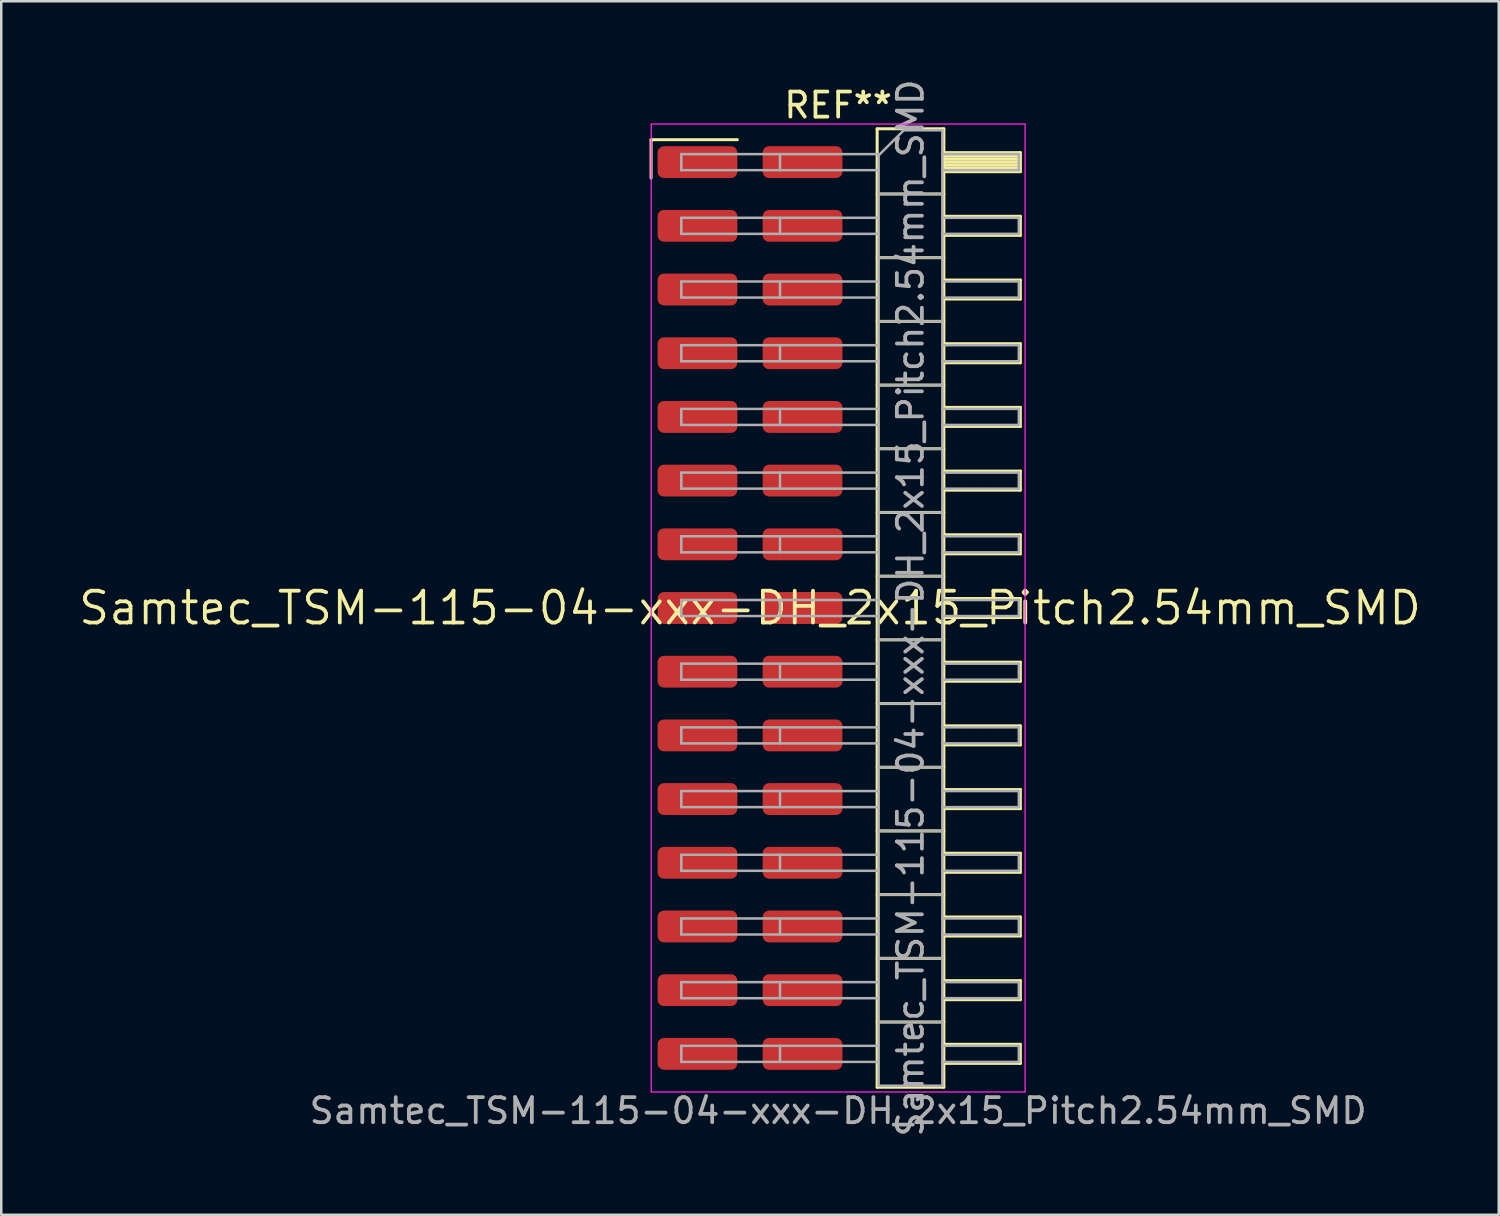
<source format=kicad_pcb>
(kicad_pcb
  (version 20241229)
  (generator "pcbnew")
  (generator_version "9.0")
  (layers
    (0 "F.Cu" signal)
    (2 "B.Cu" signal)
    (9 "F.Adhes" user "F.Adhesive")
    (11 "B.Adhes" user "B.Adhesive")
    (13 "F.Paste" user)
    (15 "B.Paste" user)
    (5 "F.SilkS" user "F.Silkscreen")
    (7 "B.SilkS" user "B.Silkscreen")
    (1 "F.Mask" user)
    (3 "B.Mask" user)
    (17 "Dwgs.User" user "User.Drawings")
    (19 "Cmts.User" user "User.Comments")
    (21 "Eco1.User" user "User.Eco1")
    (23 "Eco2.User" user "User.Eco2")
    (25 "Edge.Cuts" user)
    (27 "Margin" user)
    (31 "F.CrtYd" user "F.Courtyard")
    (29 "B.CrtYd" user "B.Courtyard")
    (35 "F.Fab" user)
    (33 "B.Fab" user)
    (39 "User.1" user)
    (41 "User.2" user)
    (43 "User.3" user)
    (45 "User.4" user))
  (footprint "Samtec_TSM-115-04-xxx-DH_2x15_Pitch2.54mm_SMD"
    (layer "F.Cu")
    (at 26.859 21.196)
    (property "Reference" "Samtec_TSM-115-04-xxx-DH_2x15_Pitch2.54mm_SMD" (at 0 0 0) (layer "F.SilkS") (effects (font (size 1.27 1.27) (thickness 0.15))))
    (attr smd)
    (fp_line (start -3.945 -18.675) (end -0.505 -18.675) (stroke (width 0.12) (type solid)) (layer "F.SilkS"))
    (fp_line (start -3.945 -17.145) (end -3.945 -18.675) (stroke (width 0.12) (type solid)) (layer "F.SilkS"))
    (fp_line (start 5.07 -19.11) (end 7.73 -19.11) (stroke (width 0.12) (type solid)) (layer "F.SilkS"))
    (fp_line (start 5.07 -16.51) (end 7.73 -16.51) (stroke (width 0.12) (type solid)) (layer "F.SilkS"))
    (fp_line (start 5.07 -13.97) (end 7.73 -13.97) (stroke (width 0.12) (type solid)) (layer "F.SilkS"))
    (fp_line (start 5.07 -11.43) (end 7.73 -11.43) (stroke (width 0.12) (type solid)) (layer "F.SilkS"))
    (fp_line (start 5.07 -8.89) (end 7.73 -8.89) (stroke (width 0.12) (type solid)) (layer "F.SilkS"))
    (fp_line (start 5.07 -6.35) (end 7.73 -6.35) (stroke (width 0.12) (type solid)) (layer "F.SilkS"))
    (fp_line (start 5.07 -3.81) (end 7.73 -3.81) (stroke (width 0.12) (type solid)) (layer "F.SilkS"))
    (fp_line (start 5.07 -1.27) (end 7.73 -1.27) (stroke (width 0.12) (type solid)) (layer "F.SilkS"))
    (fp_line (start 5.07 1.27) (end 7.73 1.27) (stroke (width 0.12) (type solid)) (layer "F.SilkS"))
    (fp_line (start 5.07 3.81) (end 7.73 3.81) (stroke (width 0.12) (type solid)) (layer "F.SilkS"))
    (fp_line (start 5.07 6.35) (end 7.73 6.35) (stroke (width 0.12) (type solid)) (layer "F.SilkS"))
    (fp_line (start 5.07 8.89) (end 7.73 8.89) (stroke (width 0.12) (type solid)) (layer "F.SilkS"))
    (fp_line (start 5.07 11.43) (end 7.73 11.43) (stroke (width 0.12) (type solid)) (layer "F.SilkS"))
    (fp_line (start 5.07 13.97) (end 7.73 13.97) (stroke (width 0.12) (type solid)) (layer "F.SilkS"))
    (fp_line (start 5.07 16.51) (end 7.73 16.51) (stroke (width 0.12) (type solid)) (layer "F.SilkS"))
    (fp_line (start 5.07 19.11) (end 5.07 -19.11) (stroke (width 0.12) (type solid)) (layer "F.SilkS"))
    (fp_line (start 7.73 -19.11) (end 7.73 19.11) (stroke (width 0.12) (type solid)) (layer "F.SilkS"))
    (fp_line (start 7.73 -18.16) (end 10.78 -18.16) (stroke (width 0.12) (type solid)) (layer "F.SilkS"))
    (fp_line (start 7.73 -18.04) (end 10.78 -18.04) (stroke (width 0.12) (type solid)) (layer "F.SilkS"))
    (fp_line (start 7.73 -17.92) (end 10.78 -17.92) (stroke (width 0.12) (type solid)) (layer "F.SilkS"))
    (fp_line (start 7.73 -17.8) (end 10.78 -17.8) (stroke (width 0.12) (type solid)) (layer "F.SilkS"))
    (fp_line (start 7.73 -17.68) (end 10.78 -17.68) (stroke (width 0.12) (type solid)) (layer "F.SilkS"))
    (fp_line (start 7.73 -17.56) (end 10.78 -17.56) (stroke (width 0.12) (type solid)) (layer "F.SilkS"))
    (fp_line (start 7.73 -17.44) (end 10.78 -17.44) (stroke (width 0.12) (type solid)) (layer "F.SilkS"))
    (fp_line (start 7.73 -17.4) (end 10.78 -17.4) (stroke (width 0.12) (type solid)) (layer "F.SilkS"))
    (fp_line (start 7.73 -15.62) (end 10.78 -15.62) (stroke (width 0.12) (type solid)) (layer "F.SilkS"))
    (fp_line (start 7.73 -14.86) (end 10.78 -14.86) (stroke (width 0.12) (type solid)) (layer "F.SilkS"))
    (fp_line (start 7.73 -13.08) (end 10.78 -13.08) (stroke (width 0.12) (type solid)) (layer "F.SilkS"))
    (fp_line (start 7.73 -12.32) (end 10.78 -12.32) (stroke (width 0.12) (type solid)) (layer "F.SilkS"))
    (fp_line (start 7.73 -10.54) (end 10.78 -10.54) (stroke (width 0.12) (type solid)) (layer "F.SilkS"))
    (fp_line (start 7.73 -9.78) (end 10.78 -9.78) (stroke (width 0.12) (type solid)) (layer "F.SilkS"))
    (fp_line (start 7.73 -8) (end 10.78 -8) (stroke (width 0.12) (type solid)) (layer "F.SilkS"))
    (fp_line (start 7.73 -7.24) (end 10.78 -7.24) (stroke (width 0.12) (type solid)) (layer "F.SilkS"))
    (fp_line (start 7.73 -5.46) (end 10.78 -5.46) (stroke (width 0.12) (type solid)) (layer "F.SilkS"))
    (fp_line (start 7.73 -4.7) (end 10.78 -4.7) (stroke (width 0.12) (type solid)) (layer "F.SilkS"))
    (fp_line (start 7.73 -2.92) (end 10.78 -2.92) (stroke (width 0.12) (type solid)) (layer "F.SilkS"))
    (fp_line (start 7.73 -2.16) (end 10.78 -2.16) (stroke (width 0.12) (type solid)) (layer "F.SilkS"))
    (fp_line (start 7.73 -0.38) (end 10.78 -0.38) (stroke (width 0.12) (type solid)) (layer "F.SilkS"))
    (fp_line (start 7.73 0.38) (end 10.78 0.38) (stroke (width 0.12) (type solid)) (layer "F.SilkS"))
    (fp_line (start 7.73 2.16) (end 10.78 2.16) (stroke (width 0.12) (type solid)) (layer "F.SilkS"))
    (fp_line (start 7.73 2.92) (end 10.78 2.92) (stroke (width 0.12) (type solid)) (layer "F.SilkS"))
    (fp_line (start 7.73 4.7) (end 10.78 4.7) (stroke (width 0.12) (type solid)) (layer "F.SilkS"))
    (fp_line (start 7.73 5.46) (end 10.78 5.46) (stroke (width 0.12) (type solid)) (layer "F.SilkS"))
    (fp_line (start 7.73 7.24) (end 10.78 7.24) (stroke (width 0.12) (type solid)) (layer "F.SilkS"))
    (fp_line (start 7.73 8) (end 10.78 8) (stroke (width 0.12) (type solid)) (layer "F.SilkS"))
    (fp_line (start 7.73 9.78) (end 10.78 9.78) (stroke (width 0.12) (type solid)) (layer "F.SilkS"))
    (fp_line (start 7.73 10.54) (end 10.78 10.54) (stroke (width 0.12) (type solid)) (layer "F.SilkS"))
    (fp_line (start 7.73 12.32) (end 10.78 12.32) (stroke (width 0.12) (type solid)) (layer "F.SilkS"))
    (fp_line (start 7.73 13.08) (end 10.78 13.08) (stroke (width 0.12) (type solid)) (layer "F.SilkS"))
    (fp_line (start 7.73 14.86) (end 10.78 14.86) (stroke (width 0.12) (type solid)) (layer "F.SilkS"))
    (fp_line (start 7.73 15.62) (end 10.78 15.62) (stroke (width 0.12) (type solid)) (layer "F.SilkS"))
    (fp_line (start 7.73 17.4) (end 10.78 17.4) (stroke (width 0.12) (type solid)) (layer "F.SilkS"))
    (fp_line (start 7.73 18.16) (end 10.78 18.16) (stroke (width 0.12) (type solid)) (layer "F.SilkS"))
    (fp_line (start 7.73 19.11) (end 5.07 19.11) (stroke (width 0.12) (type solid)) (layer "F.SilkS"))
    (fp_line (start 10.78 -18.16) (end 10.78 -17.4) (stroke (width 0.12) (type solid)) (layer "F.SilkS"))
    (fp_line (start 10.78 -15.62) (end 10.78 -14.86) (stroke (width 0.12) (type solid)) (layer "F.SilkS"))
    (fp_line (start 10.78 -13.08) (end 10.78 -12.32) (stroke (width 0.12) (type solid)) (layer "F.SilkS"))
    (fp_line (start 10.78 -10.54) (end 10.78 -9.78) (stroke (width 0.12) (type solid)) (layer "F.SilkS"))
    (fp_line (start 10.78 -8) (end 10.78 -7.24) (stroke (width 0.12) (type solid)) (layer "F.SilkS"))
    (fp_line (start 10.78 -5.46) (end 10.78 -4.7) (stroke (width 0.12) (type solid)) (layer "F.SilkS"))
    (fp_line (start 10.78 -2.92) (end 10.78 -2.16) (stroke (width 0.12) (type solid)) (layer "F.SilkS"))
    (fp_line (start 10.78 -0.38) (end 10.78 0.38) (stroke (width 0.12) (type solid)) (layer "F.SilkS"))
    (fp_line (start 10.78 2.16) (end 10.78 2.92) (stroke (width 0.12) (type solid)) (layer "F.SilkS"))
    (fp_line (start 10.78 4.7) (end 10.78 5.46) (stroke (width 0.12) (type solid)) (layer "F.SilkS"))
    (fp_line (start 10.78 7.24) (end 10.78 8) (stroke (width 0.12) (type solid)) (layer "F.SilkS"))
    (fp_line (start 10.78 9.78) (end 10.78 10.54) (stroke (width 0.12) (type solid)) (layer "F.SilkS"))
    (fp_line (start 10.78 12.32) (end 10.78 13.08) (stroke (width 0.12) (type solid)) (layer "F.SilkS"))
    (fp_line (start 10.78 14.86) (end 10.78 15.62) (stroke (width 0.12) (type solid)) (layer "F.SilkS"))
    (fp_line (start 10.78 17.4) (end 10.78 18.16) (stroke (width 0.12) (type solid)) (layer "F.SilkS"))
    (fp_line (start -3.94 -19.3) (end 10.97 -19.3) (stroke (width 0.05) (type solid)) (layer "F.CrtYd"))
    (fp_line (start -3.94 19.3) (end -3.94 -19.3) (stroke (width 0.05) (type solid)) (layer "F.CrtYd"))
    (fp_line (start 10.97 -19.3) (end 10.97 19.3) (stroke (width 0.05) (type solid)) (layer "F.CrtYd"))
    (fp_line (start 10.97 19.3) (end -3.94 19.3) (stroke (width 0.05) (type solid)) (layer "F.CrtYd"))
    (fp_line (start -2.74 -18.1) (end -2.74 -17.46) (stroke (width 0.1) (type solid)) (layer "F.Fab"))
    (fp_line (start -2.74 -18.1) (end 5.13 -18.1) (stroke (width 0.1) (type solid)) (layer "F.Fab"))
    (fp_line (start -2.74 -17.46) (end 5.13 -17.46) (stroke (width 0.1) (type solid)) (layer "F.Fab"))
    (fp_line (start -2.74 -15.56) (end -2.74 -14.92) (stroke (width 0.1) (type solid)) (layer "F.Fab"))
    (fp_line (start -2.74 -15.56) (end 5.13 -15.56) (stroke (width 0.1) (type solid)) (layer "F.Fab"))
    (fp_line (start -2.74 -14.92) (end 5.13 -14.92) (stroke (width 0.1) (type solid)) (layer "F.Fab"))
    (fp_line (start -2.74 -13.02) (end -2.74 -12.38) (stroke (width 0.1) (type solid)) (layer "F.Fab"))
    (fp_line (start -2.74 -13.02) (end 5.13 -13.02) (stroke (width 0.1) (type solid)) (layer "F.Fab"))
    (fp_line (start -2.74 -12.38) (end 5.13 -12.38) (stroke (width 0.1) (type solid)) (layer "F.Fab"))
    (fp_line (start -2.74 -10.48) (end -2.74 -9.84) (stroke (width 0.1) (type solid)) (layer "F.Fab"))
    (fp_line (start -2.74 -10.48) (end 5.13 -10.48) (stroke (width 0.1) (type solid)) (layer "F.Fab"))
    (fp_line (start -2.74 -9.84) (end 5.13 -9.84) (stroke (width 0.1) (type solid)) (layer "F.Fab"))
    (fp_line (start -2.74 -7.94) (end -2.74 -7.3) (stroke (width 0.1) (type solid)) (layer "F.Fab"))
    (fp_line (start -2.74 -7.94) (end 5.13 -7.94) (stroke (width 0.1) (type solid)) (layer "F.Fab"))
    (fp_line (start -2.74 -7.3) (end 5.13 -7.3) (stroke (width 0.1) (type solid)) (layer "F.Fab"))
    (fp_line (start -2.74 -5.4) (end -2.74 -4.76) (stroke (width 0.1) (type solid)) (layer "F.Fab"))
    (fp_line (start -2.74 -5.4) (end 5.13 -5.4) (stroke (width 0.1) (type solid)) (layer "F.Fab"))
    (fp_line (start -2.74 -4.76) (end 5.13 -4.76) (stroke (width 0.1) (type solid)) (layer "F.Fab"))
    (fp_line (start -2.74 -2.86) (end -2.74 -2.22) (stroke (width 0.1) (type solid)) (layer "F.Fab"))
    (fp_line (start -2.74 -2.86) (end 5.13 -2.86) (stroke (width 0.1) (type solid)) (layer "F.Fab"))
    (fp_line (start -2.74 -2.22) (end 5.13 -2.22) (stroke (width 0.1) (type solid)) (layer "F.Fab"))
    (fp_line (start -2.74 -0.32) (end -2.74 0.32) (stroke (width 0.1) (type solid)) (layer "F.Fab"))
    (fp_line (start -2.74 -0.32) (end 5.13 -0.32) (stroke (width 0.1) (type solid)) (layer "F.Fab"))
    (fp_line (start -2.74 0.32) (end 5.13 0.32) (stroke (width 0.1) (type solid)) (layer "F.Fab"))
    (fp_line (start -2.74 2.22) (end -2.74 2.86) (stroke (width 0.1) (type solid)) (layer "F.Fab"))
    (fp_line (start -2.74 2.22) (end 5.13 2.22) (stroke (width 0.1) (type solid)) (layer "F.Fab"))
    (fp_line (start -2.74 2.86) (end 5.13 2.86) (stroke (width 0.1) (type solid)) (layer "F.Fab"))
    (fp_line (start -2.74 4.76) (end -2.74 5.4) (stroke (width 0.1) (type solid)) (layer "F.Fab"))
    (fp_line (start -2.74 4.76) (end 5.13 4.76) (stroke (width 0.1) (type solid)) (layer "F.Fab"))
    (fp_line (start -2.74 5.4) (end 5.13 5.4) (stroke (width 0.1) (type solid)) (layer "F.Fab"))
    (fp_line (start -2.74 7.3) (end -2.74 7.94) (stroke (width 0.1) (type solid)) (layer "F.Fab"))
    (fp_line (start -2.74 7.3) (end 5.13 7.3) (stroke (width 0.1) (type solid)) (layer "F.Fab"))
    (fp_line (start -2.74 7.94) (end 5.13 7.94) (stroke (width 0.1) (type solid)) (layer "F.Fab"))
    (fp_line (start -2.74 9.84) (end -2.74 10.48) (stroke (width 0.1) (type solid)) (layer "F.Fab"))
    (fp_line (start -2.74 9.84) (end 5.13 9.84) (stroke (width 0.1) (type solid)) (layer "F.Fab"))
    (fp_line (start -2.74 10.48) (end 5.13 10.48) (stroke (width 0.1) (type solid)) (layer "F.Fab"))
    (fp_line (start -2.74 12.38) (end -2.74 13.02) (stroke (width 0.1) (type solid)) (layer "F.Fab"))
    (fp_line (start -2.74 12.38) (end 5.13 12.38) (stroke (width 0.1) (type solid)) (layer "F.Fab"))
    (fp_line (start -2.74 13.02) (end 5.13 13.02) (stroke (width 0.1) (type solid)) (layer "F.Fab"))
    (fp_line (start -2.74 14.92) (end -2.74 15.56) (stroke (width 0.1) (type solid)) (layer "F.Fab"))
    (fp_line (start -2.74 14.92) (end 5.13 14.92) (stroke (width 0.1) (type solid)) (layer "F.Fab"))
    (fp_line (start -2.74 15.56) (end 5.13 15.56) (stroke (width 0.1) (type solid)) (layer "F.Fab"))
    (fp_line (start -2.74 17.46) (end -2.74 18.1) (stroke (width 0.1) (type solid)) (layer "F.Fab"))
    (fp_line (start -2.74 17.46) (end 5.13 17.46) (stroke (width 0.1) (type solid)) (layer "F.Fab"))
    (fp_line (start -2.74 18.1) (end 5.13 18.1) (stroke (width 0.1) (type solid)) (layer "F.Fab"))
    (fp_line (start 1.195 -18.1) (end 1.195 -17.46) (stroke (width 0.1) (type solid)) (layer "F.Fab"))
    (fp_line (start 1.195 -15.56) (end 1.195 -14.92) (stroke (width 0.1) (type solid)) (layer "F.Fab"))
    (fp_line (start 1.195 -13.02) (end 1.195 -12.38) (stroke (width 0.1) (type solid)) (layer "F.Fab"))
    (fp_line (start 1.195 -10.48) (end 1.195 -9.84) (stroke (width 0.1) (type solid)) (layer "F.Fab"))
    (fp_line (start 1.195 -7.94) (end 1.195 -7.3) (stroke (width 0.1) (type solid)) (layer "F.Fab"))
    (fp_line (start 1.195 -5.4) (end 1.195 -4.76) (stroke (width 0.1) (type solid)) (layer "F.Fab"))
    (fp_line (start 1.195 -2.86) (end 1.195 -2.22) (stroke (width 0.1) (type solid)) (layer "F.Fab"))
    (fp_line (start 1.195 -0.32) (end 1.195 0.32) (stroke (width 0.1) (type solid)) (layer "F.Fab"))
    (fp_line (start 1.195 2.22) (end 1.195 2.86) (stroke (width 0.1) (type solid)) (layer "F.Fab"))
    (fp_line (start 1.195 4.76) (end 1.195 5.4) (stroke (width 0.1) (type solid)) (layer "F.Fab"))
    (fp_line (start 1.195 7.3) (end 1.195 7.94) (stroke (width 0.1) (type solid)) (layer "F.Fab"))
    (fp_line (start 1.195 9.84) (end 1.195 10.48) (stroke (width 0.1) (type solid)) (layer "F.Fab"))
    (fp_line (start 1.195 12.38) (end 1.195 13.02) (stroke (width 0.1) (type solid)) (layer "F.Fab"))
    (fp_line (start 1.195 14.92) (end 1.195 15.56) (stroke (width 0.1) (type solid)) (layer "F.Fab"))
    (fp_line (start 1.195 17.46) (end 1.195 18.1) (stroke (width 0.1) (type solid)) (layer "F.Fab"))
    (fp_line (start 5.13 -18.05) (end 6.13 -19.05) (stroke (width 0.1) (type solid)) (layer "F.Fab"))
    (fp_line (start 5.13 -16.51) (end 7.67 -16.51) (stroke (width 0.1) (type solid)) (layer "F.Fab"))
    (fp_line (start 5.13 -13.97) (end 7.67 -13.97) (stroke (width 0.1) (type solid)) (layer "F.Fab"))
    (fp_line (start 5.13 -11.43) (end 7.67 -11.43) (stroke (width 0.1) (type solid)) (layer "F.Fab"))
    (fp_line (start 5.13 -8.89) (end 7.67 -8.89) (stroke (width 0.1) (type solid)) (layer "F.Fab"))
    (fp_line (start 5.13 -6.35) (end 7.67 -6.35) (stroke (width 0.1) (type solid)) (layer "F.Fab"))
    (fp_line (start 5.13 -3.81) (end 7.67 -3.81) (stroke (width 0.1) (type solid)) (layer "F.Fab"))
    (fp_line (start 5.13 -1.27) (end 7.67 -1.27) (stroke (width 0.1) (type solid)) (layer "F.Fab"))
    (fp_line (start 5.13 1.27) (end 7.67 1.27) (stroke (width 0.1) (type solid)) (layer "F.Fab"))
    (fp_line (start 5.13 3.81) (end 7.67 3.81) (stroke (width 0.1) (type solid)) (layer "F.Fab"))
    (fp_line (start 5.13 6.35) (end 7.67 6.35) (stroke (width 0.1) (type solid)) (layer "F.Fab"))
    (fp_line (start 5.13 8.89) (end 7.67 8.89) (stroke (width 0.1) (type solid)) (layer "F.Fab"))
    (fp_line (start 5.13 11.43) (end 7.67 11.43) (stroke (width 0.1) (type solid)) (layer "F.Fab"))
    (fp_line (start 5.13 13.97) (end 7.67 13.97) (stroke (width 0.1) (type solid)) (layer "F.Fab"))
    (fp_line (start 5.13 16.51) (end 7.67 16.51) (stroke (width 0.1) (type solid)) (layer "F.Fab"))
    (fp_line (start 5.13 19.05) (end 5.13 -18.05) (stroke (width 0.1) (type solid)) (layer "F.Fab"))
    (fp_line (start 6.13 -19.05) (end 7.67 -19.05) (stroke (width 0.1) (type solid)) (layer "F.Fab"))
    (fp_line (start 7.67 -19.05) (end 7.67 19.05) (stroke (width 0.1) (type solid)) (layer "F.Fab"))
    (fp_line (start 7.67 -18.1) (end 10.72 -18.1) (stroke (width 0.1) (type solid)) (layer "F.Fab"))
    (fp_line (start 7.67 -17.46) (end 10.72 -17.46) (stroke (width 0.1) (type solid)) (layer "F.Fab"))
    (fp_line (start 7.67 -15.56) (end 10.72 -15.56) (stroke (width 0.1) (type solid)) (layer "F.Fab"))
    (fp_line (start 7.67 -14.92) (end 10.72 -14.92) (stroke (width 0.1) (type solid)) (layer "F.Fab"))
    (fp_line (start 7.67 -13.02) (end 10.72 -13.02) (stroke (width 0.1) (type solid)) (layer "F.Fab"))
    (fp_line (start 7.67 -12.38) (end 10.72 -12.38) (stroke (width 0.1) (type solid)) (layer "F.Fab"))
    (fp_line (start 7.67 -10.48) (end 10.72 -10.48) (stroke (width 0.1) (type solid)) (layer "F.Fab"))
    (fp_line (start 7.67 -9.84) (end 10.72 -9.84) (stroke (width 0.1) (type solid)) (layer "F.Fab"))
    (fp_line (start 7.67 -7.94) (end 10.72 -7.94) (stroke (width 0.1) (type solid)) (layer "F.Fab"))
    (fp_line (start 7.67 -7.3) (end 10.72 -7.3) (stroke (width 0.1) (type solid)) (layer "F.Fab"))
    (fp_line (start 7.67 -5.4) (end 10.72 -5.4) (stroke (width 0.1) (type solid)) (layer "F.Fab"))
    (fp_line (start 7.67 -4.76) (end 10.72 -4.76) (stroke (width 0.1) (type solid)) (layer "F.Fab"))
    (fp_line (start 7.67 -2.86) (end 10.72 -2.86) (stroke (width 0.1) (type solid)) (layer "F.Fab"))
    (fp_line (start 7.67 -2.22) (end 10.72 -2.22) (stroke (width 0.1) (type solid)) (layer "F.Fab"))
    (fp_line (start 7.67 -0.32) (end 10.72 -0.32) (stroke (width 0.1) (type solid)) (layer "F.Fab"))
    (fp_line (start 7.67 0.32) (end 10.72 0.32) (stroke (width 0.1) (type solid)) (layer "F.Fab"))
    (fp_line (start 7.67 2.22) (end 10.72 2.22) (stroke (width 0.1) (type solid)) (layer "F.Fab"))
    (fp_line (start 7.67 2.86) (end 10.72 2.86) (stroke (width 0.1) (type solid)) (layer "F.Fab"))
    (fp_line (start 7.67 4.76) (end 10.72 4.76) (stroke (width 0.1) (type solid)) (layer "F.Fab"))
    (fp_line (start 7.67 5.4) (end 10.72 5.4) (stroke (width 0.1) (type solid)) (layer "F.Fab"))
    (fp_line (start 7.67 7.3) (end 10.72 7.3) (stroke (width 0.1) (type solid)) (layer "F.Fab"))
    (fp_line (start 7.67 7.94) (end 10.72 7.94) (stroke (width 0.1) (type solid)) (layer "F.Fab"))
    (fp_line (start 7.67 9.84) (end 10.72 9.84) (stroke (width 0.1) (type solid)) (layer "F.Fab"))
    (fp_line (start 7.67 10.48) (end 10.72 10.48) (stroke (width 0.1) (type solid)) (layer "F.Fab"))
    (fp_line (start 7.67 12.38) (end 10.72 12.38) (stroke (width 0.1) (type solid)) (layer "F.Fab"))
    (fp_line (start 7.67 13.02) (end 10.72 13.02) (stroke (width 0.1) (type solid)) (layer "F.Fab"))
    (fp_line (start 7.67 14.92) (end 10.72 14.92) (stroke (width 0.1) (type solid)) (layer "F.Fab"))
    (fp_line (start 7.67 15.56) (end 10.72 15.56) (stroke (width 0.1) (type solid)) (layer "F.Fab"))
    (fp_line (start 7.67 17.46) (end 10.72 17.46) (stroke (width 0.1) (type solid)) (layer "F.Fab"))
    (fp_line (start 7.67 18.1) (end 10.72 18.1) (stroke (width 0.1) (type solid)) (layer "F.Fab"))
    (fp_line (start 7.67 19.05) (end 5.13 19.05) (stroke (width 0.1) (type solid)) (layer "F.Fab"))
    (fp_line (start 10.72 -18.1) (end 10.72 -17.46) (stroke (width 0.1) (type solid)) (layer "F.Fab"))
    (fp_line (start 10.72 -15.56) (end 10.72 -14.92) (stroke (width 0.1) (type solid)) (layer "F.Fab"))
    (fp_line (start 10.72 -13.02) (end 10.72 -12.38) (stroke (width 0.1) (type solid)) (layer "F.Fab"))
    (fp_line (start 10.72 -10.48) (end 10.72 -9.84) (stroke (width 0.1) (type solid)) (layer "F.Fab"))
    (fp_line (start 10.72 -7.94) (end 10.72 -7.3) (stroke (width 0.1) (type solid)) (layer "F.Fab"))
    (fp_line (start 10.72 -5.4) (end 10.72 -4.76) (stroke (width 0.1) (type solid)) (layer "F.Fab"))
    (fp_line (start 10.72 -2.86) (end 10.72 -2.22) (stroke (width 0.1) (type solid)) (layer "F.Fab"))
    (fp_line (start 10.72 -0.32) (end 10.72 0.32) (stroke (width 0.1) (type solid)) (layer "F.Fab"))
    (fp_line (start 10.72 2.22) (end 10.72 2.86) (stroke (width 0.1) (type solid)) (layer "F.Fab"))
    (fp_line (start 10.72 4.76) (end 10.72 5.4) (stroke (width 0.1) (type solid)) (layer "F.Fab"))
    (fp_line (start 10.72 7.3) (end 10.72 7.94) (stroke (width 0.1) (type solid)) (layer "F.Fab"))
    (fp_line (start 10.72 9.84) (end 10.72 10.48) (stroke (width 0.1) (type solid)) (layer "F.Fab"))
    (fp_line (start 10.72 12.38) (end 10.72 13.02) (stroke (width 0.1) (type solid)) (layer "F.Fab"))
    (fp_line (start 10.72 14.92) (end 10.72 15.56) (stroke (width 0.1) (type solid)) (layer "F.Fab"))
    (fp_line (start 10.72 17.46) (end 10.72 18.1) (stroke (width 0.1) (type solid)) (layer "F.Fab"))
    (fp_text user "REF**" (at 3.515 -20.05 0) (layer "F.SilkS") (effects (font (size 1 1) (thickness 0.15))))
    (fp_text user "Samtec_TSM-115-04-xxx-DH_2x15_Pitch2.54mm_SMD" (at 3.515 20.05 0) (layer "F.Fab") (effects (font (size 1 1) (thickness 0.15))))
    (fp_text user "${REFERENCE}" (at 6.4 0 90) (layer "F.Fab") (effects (font (size 1 1) (thickness 0.15))))
    (pad "1" smd roundrect (at -2.095 -17.78) (size 3.18 1.27) (layers "F.Cu" "F.Mask" "F.Paste") (roundrect_rratio 0.197))
    (pad "2" smd roundrect (at 2.095 -17.78) (size 3.18 1.27) (layers "F.Cu" "F.Mask" "F.Paste") (roundrect_rratio 0.197))
    (pad "3" smd roundrect (at -2.095 -15.24) (size 3.18 1.27) (layers "F.Cu" "F.Mask" "F.Paste") (roundrect_rratio 0.197))
    (pad "4" smd roundrect (at 2.095 -15.24) (size 3.18 1.27) (layers "F.Cu" "F.Mask" "F.Paste") (roundrect_rratio 0.197))
    (pad "5" smd roundrect (at -2.095 -12.7) (size 3.18 1.27) (layers "F.Cu" "F.Mask" "F.Paste") (roundrect_rratio 0.197))
    (pad "6" smd roundrect (at 2.095 -12.7) (size 3.18 1.27) (layers "F.Cu" "F.Mask" "F.Paste") (roundrect_rratio 0.197))
    (pad "7" smd roundrect (at -2.095 -10.16) (size 3.18 1.27) (layers "F.Cu" "F.Mask" "F.Paste") (roundrect_rratio 0.197))
    (pad "8" smd roundrect (at 2.095 -10.16) (size 3.18 1.27) (layers "F.Cu" "F.Mask" "F.Paste") (roundrect_rratio 0.197))
    (pad "9" smd roundrect (at -2.095 -7.62) (size 3.18 1.27) (layers "F.Cu" "F.Mask" "F.Paste") (roundrect_rratio 0.197))
    (pad "10" smd roundrect (at 2.095 -7.62) (size 3.18 1.27) (layers "F.Cu" "F.Mask" "F.Paste") (roundrect_rratio 0.197))
    (pad "11" smd roundrect (at -2.095 -5.08) (size 3.18 1.27) (layers "F.Cu" "F.Mask" "F.Paste") (roundrect_rratio 0.197))
    (pad "12" smd roundrect (at 2.095 -5.08) (size 3.18 1.27) (layers "F.Cu" "F.Mask" "F.Paste") (roundrect_rratio 0.197))
    (pad "13" smd roundrect (at -2.095 -2.54) (size 3.18 1.27) (layers "F.Cu" "F.Mask" "F.Paste") (roundrect_rratio 0.197))
    (pad "14" smd roundrect (at 2.095 -2.54) (size 3.18 1.27) (layers "F.Cu" "F.Mask" "F.Paste") (roundrect_rratio 0.197))
    (pad "15" smd roundrect (at -2.095 0) (size 3.18 1.27) (layers "F.Cu" "F.Mask" "F.Paste") (roundrect_rratio 0.197))
    (pad "16" smd roundrect (at 2.095 0) (size 3.18 1.27) (layers "F.Cu" "F.Mask" "F.Paste") (roundrect_rratio 0.197))
    (pad "17" smd roundrect (at -2.095 2.54) (size 3.18 1.27) (layers "F.Cu" "F.Mask" "F.Paste") (roundrect_rratio 0.197))
    (pad "18" smd roundrect (at 2.095 2.54) (size 3.18 1.27) (layers "F.Cu" "F.Mask" "F.Paste") (roundrect_rratio 0.197))
    (pad "19" smd roundrect (at -2.095 5.08) (size 3.18 1.27) (layers "F.Cu" "F.Mask" "F.Paste") (roundrect_rratio 0.197))
    (pad "20" smd roundrect (at 2.095 5.08) (size 3.18 1.27) (layers "F.Cu" "F.Mask" "F.Paste") (roundrect_rratio 0.197))
    (pad "21" smd roundrect (at -2.095 7.62) (size 3.18 1.27) (layers "F.Cu" "F.Mask" "F.Paste") (roundrect_rratio 0.197))
    (pad "22" smd roundrect (at 2.095 7.62) (size 3.18 1.27) (layers "F.Cu" "F.Mask" "F.Paste") (roundrect_rratio 0.197))
    (pad "23" smd roundrect (at -2.095 10.16) (size 3.18 1.27) (layers "F.Cu" "F.Mask" "F.Paste") (roundrect_rratio 0.197))
    (pad "24" smd roundrect (at 2.095 10.16) (size 3.18 1.27) (layers "F.Cu" "F.Mask" "F.Paste") (roundrect_rratio 0.197))
    (pad "25" smd roundrect (at -2.095 12.7) (size 3.18 1.27) (layers "F.Cu" "F.Mask" "F.Paste") (roundrect_rratio 0.197))
    (pad "26" smd roundrect (at 2.095 12.7) (size 3.18 1.27) (layers "F.Cu" "F.Mask" "F.Paste") (roundrect_rratio 0.197))
    (pad "27" smd roundrect (at -2.095 15.24) (size 3.18 1.27) (layers "F.Cu" "F.Mask" "F.Paste") (roundrect_rratio 0.197))
    (pad "28" smd roundrect (at 2.095 15.24) (size 3.18 1.27) (layers "F.Cu" "F.Mask" "F.Paste") (roundrect_rratio 0.197))
    (pad "29" smd roundrect (at -2.095 17.78) (size 3.18 1.27) (layers "F.Cu" "F.Mask" "F.Paste") (roundrect_rratio 0.197))
    (pad "30" smd roundrect (at 2.095 17.78) (size 3.18 1.27) (layers "F.Cu" "F.Mask" "F.Paste") (roundrect_rratio 0.197)))
  (gr_rect
    (start -3 -3)
    (end 56.717 45.393)
    (stroke (width 0.1) (type default))
    (fill no)
    (layer "Edge.Cuts")))
</source>
